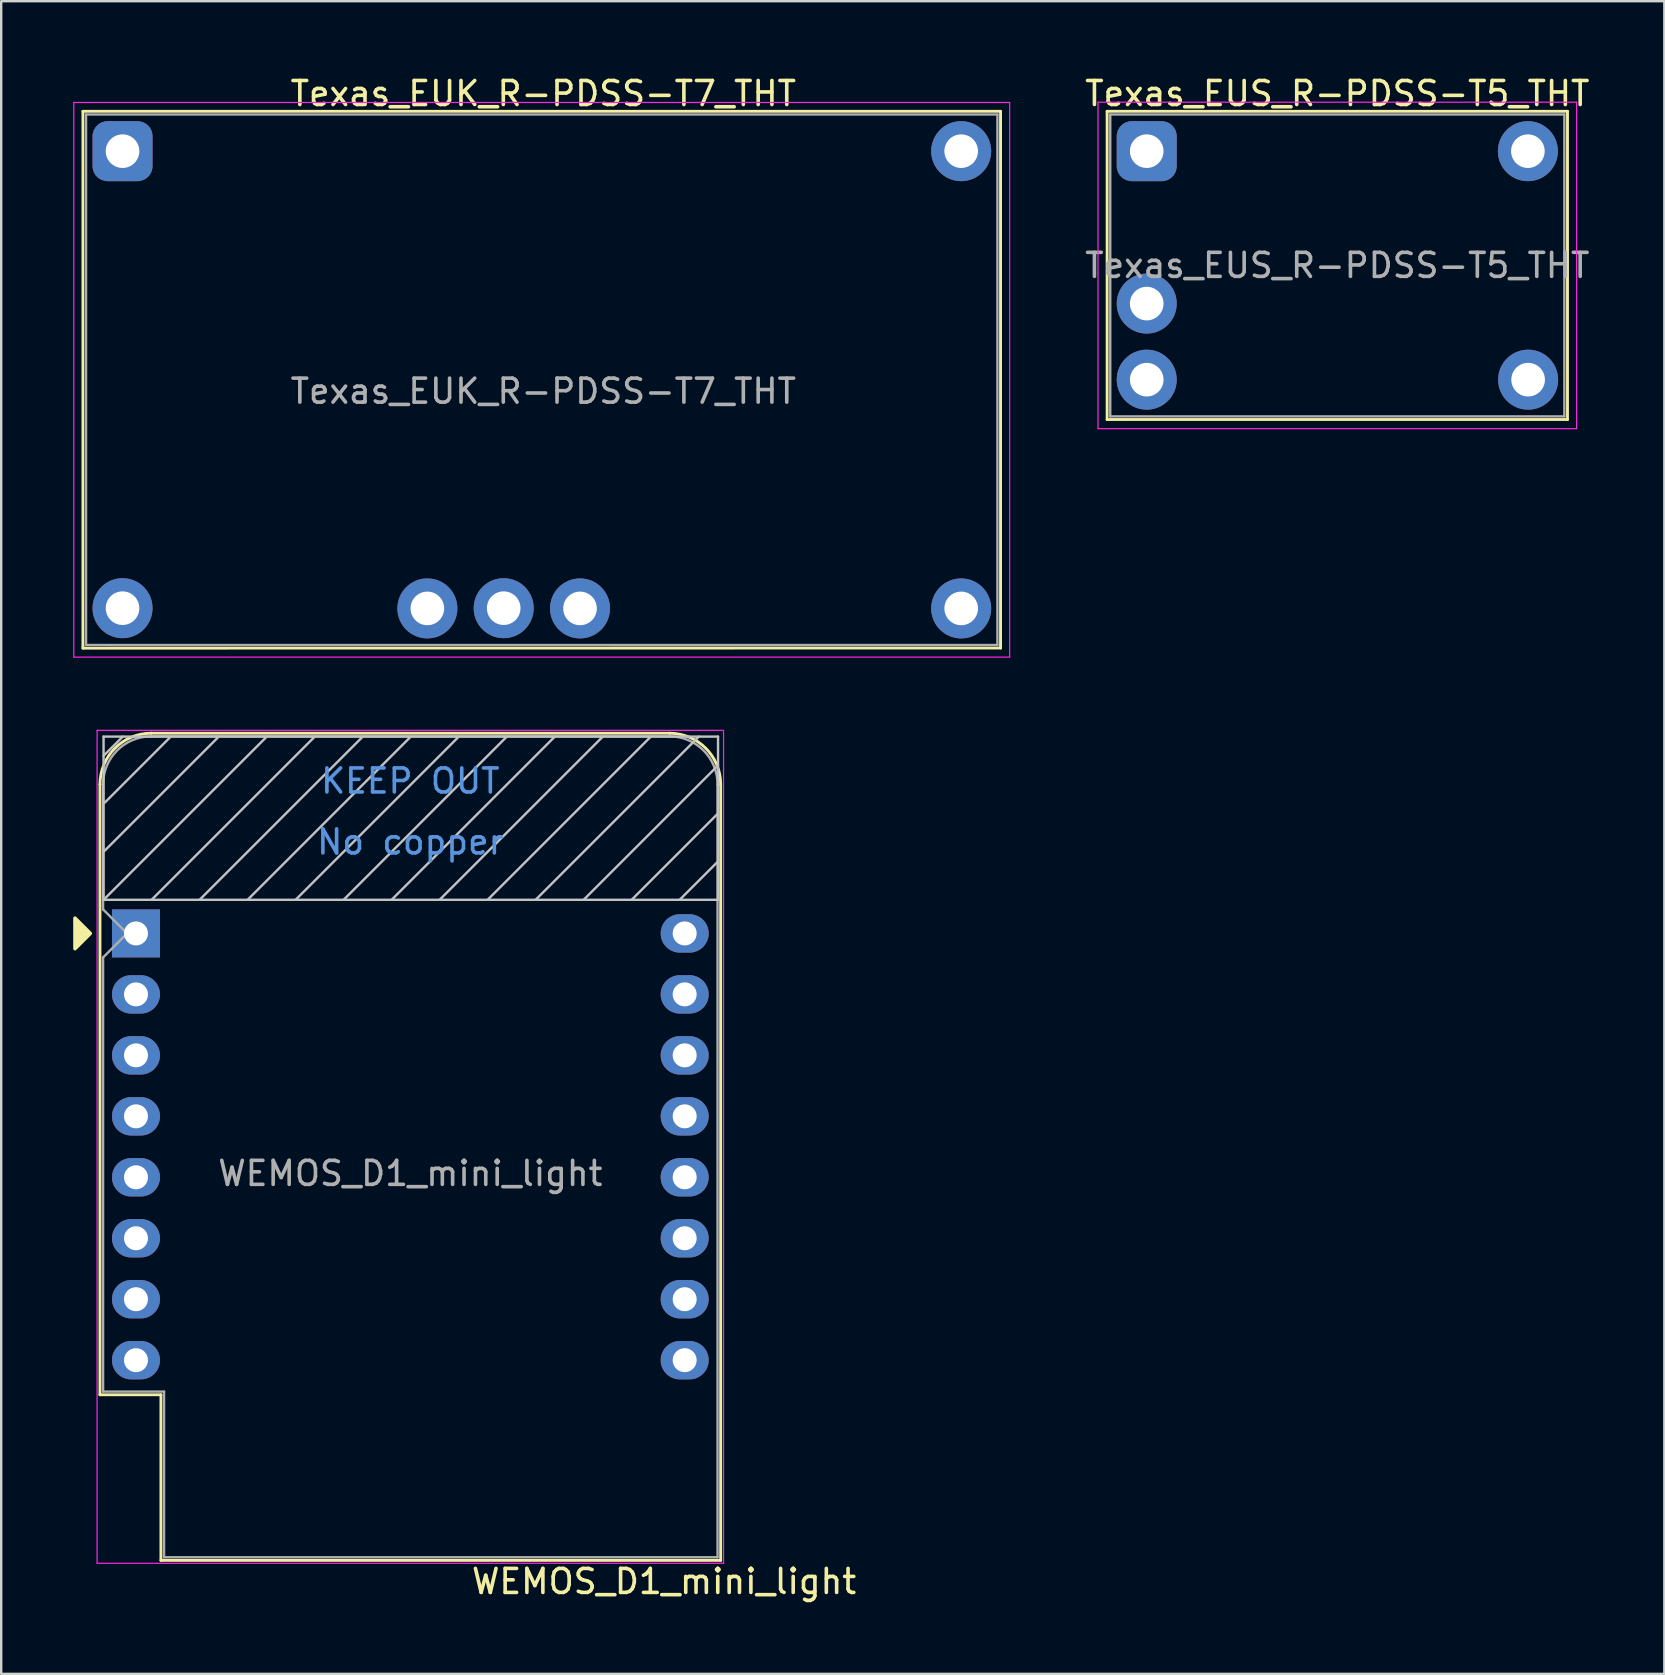
<source format=kicad_pcb>
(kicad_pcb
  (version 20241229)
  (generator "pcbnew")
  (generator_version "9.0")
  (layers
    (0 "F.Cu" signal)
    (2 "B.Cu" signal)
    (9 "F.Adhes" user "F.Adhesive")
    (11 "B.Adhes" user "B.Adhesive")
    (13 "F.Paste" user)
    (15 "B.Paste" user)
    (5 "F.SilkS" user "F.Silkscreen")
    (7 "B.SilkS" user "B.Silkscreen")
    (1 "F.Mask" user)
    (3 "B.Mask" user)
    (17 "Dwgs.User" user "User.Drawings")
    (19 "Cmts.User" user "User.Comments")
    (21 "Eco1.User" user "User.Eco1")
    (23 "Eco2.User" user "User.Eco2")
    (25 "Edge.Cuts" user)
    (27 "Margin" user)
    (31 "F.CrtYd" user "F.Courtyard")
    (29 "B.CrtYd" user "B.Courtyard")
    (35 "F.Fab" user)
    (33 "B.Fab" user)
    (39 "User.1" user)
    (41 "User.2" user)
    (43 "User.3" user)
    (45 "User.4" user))
  (footprint "Texas_EUS_R-PDSS-T5_THT"
    (layer "F.Cu")
    (at 44.725 3.248)
    (property "Reference" "Texas_EUS_R-PDSS-T5_THT" (at 7.94 -2.4 0) (layer "F.SilkS") (effects (font (size 1 1) (thickness 0.15))))
    (attr through_hole)
    (fp_line (start -1.65 -1.66) (end -1.65 11.18) (stroke (width 0.12) (type solid)) (layer "F.SilkS"))
    (fp_line (start -1.65 -1.66) (end 17.53 -1.66) (stroke (width 0.12) (type solid)) (layer "F.SilkS"))
    (fp_line (start -1.65 11.18) (end 17.53 11.18) (stroke (width 0.12) (type solid)) (layer "F.SilkS"))
    (fp_line (start 17.53 -1.66) (end 17.53 11.18) (stroke (width 0.12) (type solid)) (layer "F.SilkS"))
    (fp_line (start -2.03 11.56) (end -2.03 -2.04) (stroke (width 0.05) (type solid)) (layer "F.CrtYd"))
    (fp_line (start -2.03 11.56) (end 17.91 11.56) (stroke (width 0.05) (type solid)) (layer "F.CrtYd"))
    (fp_line (start 17.91 -2.04) (end -2.03 -2.04) (stroke (width 0.05) (type solid)) (layer "F.CrtYd"))
    (fp_line (start 17.91 -2.04) (end 17.91 11.56) (stroke (width 0.05) (type solid)) (layer "F.CrtYd"))
    (fp_line (start -1.52 11.05) (end -1.52 -1.53) (stroke (width 0.1) (type solid)) (layer "F.Fab"))
    (fp_line (start -1.52 11.05) (end 17.4 11.05) (stroke (width 0.1) (type solid)) (layer "F.Fab"))
    (fp_line (start 17.4 -1.53) (end -1.52 -1.53) (stroke (width 0.1) (type solid)) (layer "F.Fab"))
    (fp_line (start 17.4 -1.53) (end 17.4 11.05) (stroke (width 0.1) (type solid)) (layer "F.Fab"))
    (fp_text user "${REFERENCE}" (at 7.94 4.76 0) (layer "F.Fab") (effects (font (size 1 1) (thickness 0.15))))
    (pad "1" thru_hole roundrect (at 0 0) (size 2.5 2.5) (drill 1.4) (layers "*.Cu" "*.Mask") (roundrect_rratio 0.25))
    (pad "2" thru_hole circle (at 0 6.35) (size 2.5 2.5) (drill 1.4) (layers "*.Cu" "*.Mask"))
    (pad "3" thru_hole circle (at 0 9.52) (size 2.5 2.5) (drill 1.4) (layers "*.Cu" "*.Mask"))
    (pad "4" thru_hole circle (at 15.89 9.52) (size 2.5 2.5) (drill 1.4) (layers "*.Cu" "*.Mask"))
    (pad "5" thru_hole circle (at 15.88 0) (size 2.5 2.5) (drill 1.4) (layers "*.Cu" "*.Mask")))
  (footprint "Texas_EUK_R-PDSS-T7_THT"
    (layer "F.Cu")
    (at 2.055 3.248)
    (property "Reference" "Texas_EUK_R-PDSS-T7_THT" (at 17.53 -2.4 0) (layer "F.SilkS") (effects (font (size 1 1) (thickness 0.15))))
    (attr through_hole)
    (fp_line (start -1.65 -1.66) (end -1.65 20.705) (stroke (width 0.12) (type solid)) (layer "F.SilkS"))
    (fp_line (start -1.65 -1.66) (end 36.58 -1.66) (stroke (width 0.12) (type solid)) (layer "F.SilkS"))
    (fp_line (start -1.65 20.705) (end 36.58 20.7) (stroke (width 0.12) (type solid)) (layer "F.SilkS"))
    (fp_line (start 36.58 -1.66) (end 36.58 20.7) (stroke (width 0.12) (type solid)) (layer "F.SilkS"))
    (fp_line (start -2.03 21.08) (end -2.03 -2.03) (stroke (width 0.05) (type solid)) (layer "F.CrtYd"))
    (fp_line (start -2.03 21.08) (end 36.96 21.08) (stroke (width 0.05) (type solid)) (layer "F.CrtYd"))
    (fp_line (start 36.96 -2.03) (end -2.03 -2.03) (stroke (width 0.05) (type solid)) (layer "F.CrtYd"))
    (fp_line (start 36.96 -2.03) (end 36.96 21.08) (stroke (width 0.05) (type solid)) (layer "F.CrtYd"))
    (fp_line (start -1.52 20.575) (end -1.52 -1.53) (stroke (width 0.1) (type solid)) (layer "F.Fab"))
    (fp_line (start 36.45 -1.53) (end -1.52 -1.53) (stroke (width 0.1) (type solid)) (layer "F.Fab"))
    (fp_line (start 36.45 20.575) (end -1.52 20.575) (stroke (width 0.1) (type solid)) (layer "F.Fab"))
    (fp_line (start 36.45 20.575) (end 36.45 -1.53) (stroke (width 0.1) (type solid)) (layer "F.Fab"))
    (fp_text user "${REFERENCE}" (at 17.53 10 0) (layer "F.Fab") (effects (font (size 1 1) (thickness 0.15))))
    (pad "1" thru_hole roundrect (at 0 0) (size 2.5 2.5) (drill 1.4) (layers "*.Cu" "*.Mask") (roundrect_rratio 0.25))
    (pad "2" thru_hole circle (at 0 19.04) (size 2.5 2.5) (drill 1.4) (layers "*.Cu" "*.Mask"))
    (pad "3" thru_hole circle (at 12.7 19.05) (size 2.5 2.5) (drill 1.4) (layers "*.Cu" "*.Mask"))
    (pad "4" thru_hole circle (at 15.88 19.04) (size 2.5 2.5) (drill 1.4) (layers "*.Cu" "*.Mask"))
    (pad "5" thru_hole circle (at 19.06 19.05) (size 2.5 2.5) (drill 1.4) (layers "*.Cu" "*.Mask"))
    (pad "6" thru_hole circle (at 34.94 19.05) (size 2.5 2.5) (drill 1.4) (layers "*.Cu" "*.Mask"))
    (pad "7" thru_hole circle (at 34.94 0) (size 2.5 2.5) (drill 1.4) (layers "*.Cu" "*.Mask")))
  (footprint "WEMOS_D1_mini_light"
    (layer "F.Cu")
    (at 2.615 35.838)
    (property "Reference" "WEMOS_D1_mini_light" (at 22 27 0) (layer "F.SilkS") (effects (font (size 1 1) (thickness 0.15))))
    (attr through_hole)
    (fp_line (start -1.5 19.22) (end -1.5 -6.21) (stroke (width 0.12) (type solid)) (layer "F.SilkS"))
    (fp_line (start -1.5 19.22) (end 1.04 19.22) (stroke (width 0.12) (type solid)) (layer "F.SilkS"))
    (fp_line (start 1.04 19.22) (end 1.04 26.12) (stroke (width 0.12) (type solid)) (layer "F.SilkS"))
    (fp_line (start 1.04 26.12) (end 24.36 26.12) (stroke (width 0.12) (type solid)) (layer "F.SilkS"))
    (fp_line (start 22.24 -8.34) (end 0.63 -8.34) (stroke (width 0.12) (type solid)) (layer "F.SilkS"))
    (fp_line (start 24.36 26.12) (end 24.36 -6.21) (stroke (width 0.12) (type solid)) (layer "F.SilkS"))
    (fp_arc (start -1.5 -6.21) (mid -0.876137 -7.716137) (end 0.63 -8.34) (stroke (width 0.12) (type solid)) (layer "F.SilkS"))
    (fp_arc (start 22.23 -8.34) (mid 23.736137 -7.716137) (end 24.36 -6.21) (stroke (width 0.12) (type solid)) (layer "F.SilkS"))
    (fp_poly (pts (xy -2.54 -0.635) (xy -2.54 0.635) (xy -1.905 0)) (stroke (width 0.15) (type solid)) (fill yes) (layer "F.SilkS"))
    (fp_line (start -1.35 -8.2) (end -1.35 -1.4) (stroke (width 0.1) (type solid)) (layer "Dwgs.User"))
    (fp_line (start -1.35 -7.4) (end -0.55 -8.2) (stroke (width 0.1) (type solid)) (layer "Dwgs.User"))
    (fp_line (start -1.35 -3.4) (end 3.45 -8.2) (stroke (width 0.1) (type solid)) (layer "Dwgs.User"))
    (fp_line (start -1.35 -1.4) (end 5.45 -8.2) (stroke (width 0.1) (type solid)) (layer "Dwgs.User"))
    (fp_line (start -1.35 -1.4) (end 24.25 -1.4) (stroke (width 0.1) (type solid)) (layer "Dwgs.User"))
    (fp_line (start -1.3 -5.45) (end 1.45 -8.2) (stroke (width 0.1) (type solid)) (layer "Dwgs.User"))
    (fp_line (start 0.65 -1.4) (end 7.45 -8.2) (stroke (width 0.1) (type solid)) (layer "Dwgs.User"))
    (fp_line (start 2.65 -1.4) (end 9.45 -8.2) (stroke (width 0.1) (type solid)) (layer "Dwgs.User"))
    (fp_line (start 4.65 -1.4) (end 11.45 -8.2) (stroke (width 0.1) (type solid)) (layer "Dwgs.User"))
    (fp_line (start 6.65 -1.4) (end 13.45 -8.2) (stroke (width 0.1) (type solid)) (layer "Dwgs.User"))
    (fp_line (start 8.65 -1.4) (end 15.45 -8.2) (stroke (width 0.1) (type solid)) (layer "Dwgs.User"))
    (fp_line (start 10.65 -1.4) (end 17.45 -8.2) (stroke (width 0.1) (type solid)) (layer "Dwgs.User"))
    (fp_line (start 12.65 -1.4) (end 19.45 -8.2) (stroke (width 0.1) (type solid)) (layer "Dwgs.User"))
    (fp_line (start 14.65 -1.4) (end 21.45 -8.2) (stroke (width 0.1) (type solid)) (layer "Dwgs.User"))
    (fp_line (start 16.65 -1.4) (end 23.45 -8.2) (stroke (width 0.1) (type solid)) (layer "Dwgs.User"))
    (fp_line (start 18.65 -1.4) (end 24.25 -7) (stroke (width 0.1) (type solid)) (layer "Dwgs.User"))
    (fp_line (start 20.65 -1.4) (end 24.25 -5) (stroke (width 0.1) (type solid)) (layer "Dwgs.User"))
    (fp_line (start 22.65 -1.4) (end 24.25 -3) (stroke (width 0.1) (type solid)) (layer "Dwgs.User"))
    (fp_line (start 24.25 -8.2) (end -1.35 -8.2) (stroke (width 0.1) (type solid)) (layer "Dwgs.User"))
    (fp_line (start 24.25 -1.4) (end 24.25 -8.2) (stroke (width 0.1) (type solid)) (layer "Dwgs.User"))
    (fp_line (start -1.62 -8.46) (end 24.48 -8.46) (stroke (width 0.05) (type solid)) (layer "F.CrtYd"))
    (fp_line (start -1.62 26.24) (end -1.62 -8.46) (stroke (width 0.05) (type solid)) (layer "F.CrtYd"))
    (fp_line (start 24.48 -8.41) (end 24.48 26.24) (stroke (width 0.05) (type solid)) (layer "F.CrtYd"))
    (fp_line (start 24.48 26.24) (end -1.62 26.24) (stroke (width 0.05) (type solid)) (layer "F.CrtYd"))
    (fp_line (start -1.37 -6.21) (end -1.37 -1) (stroke (width 0.1) (type solid)) (layer "F.Fab"))
    (fp_line (start -1.37 1) (end -1.37 19.09) (stroke (width 0.1) (type solid)) (layer "F.Fab"))
    (fp_line (start -1.37 1) (end -0.37 0) (stroke (width 0.1) (type solid)) (layer "F.Fab"))
    (fp_line (start -1.37 19.09) (end 1.17 19.09) (stroke (width 0.1) (type solid)) (layer "F.Fab"))
    (fp_line (start -0.37 0) (end -1.37 -1) (stroke (width 0.1) (type solid)) (layer "F.Fab"))
    (fp_line (start 1.17 19.09) (end 1.17 25.99) (stroke (width 0.1) (type solid)) (layer "F.Fab"))
    (fp_line (start 1.17 25.99) (end 24.23 25.99) (stroke (width 0.1) (type solid)) (layer "F.Fab"))
    (fp_line (start 22.23 -8.21) (end 0.63 -8.21) (stroke (width 0.1) (type solid)) (layer "F.Fab"))
    (fp_line (start 24.23 25.99) (end 24.23 -6.21) (stroke (width 0.1) (type solid)) (layer "F.Fab"))
    (fp_arc (start -1.37 -6.21) (mid -0.784214 -7.624214) (end 0.63 -8.21) (stroke (width 0.1) (type solid)) (layer "F.Fab"))
    (fp_arc (start 22.25 -8.21) (mid 23.658356 -7.610071) (end 24.23 -6.19) (stroke (width 0.1) (type solid)) (layer "F.Fab"))
    (fp_text user "No copper" (at 11.43 -3.81 0) (layer "Cmts.User") (effects (font (size 1 1) (thickness 0.15))))
    (fp_text user "KEEP OUT" (at 11.43 -6.35 0) (layer "Cmts.User") (effects (font (size 1 1) (thickness 0.15))))
    (fp_text user "${REFERENCE}" (at 11.43 10 0) (layer "F.Fab") (effects (font (size 1 1) (thickness 0.15))))
    (pad "1" thru_hole rect (at 0 0) (size 2 2) (drill 1) (layers "*.Cu" "*.Mask"))
    (pad "2" thru_hole oval (at 0 2.54) (size 2 1.6) (drill 1) (layers "*.Cu" "*.Mask"))
    (pad "3" thru_hole oval (at 0 5.08) (size 2 1.6) (drill 1) (layers "*.Cu" "*.Mask"))
    (pad "4" thru_hole oval (at 0 7.62) (size 2 1.6) (drill 1) (layers "*.Cu" "*.Mask"))
    (pad "5" thru_hole oval (at 0 10.16) (size 2 1.6) (drill 1) (layers "*.Cu" "*.Mask"))
    (pad "6" thru_hole oval (at 0 12.7) (size 2 1.6) (drill 1) (layers "*.Cu" "*.Mask"))
    (pad "7" thru_hole oval (at 0 15.24) (size 2 1.6) (drill 1) (layers "*.Cu" "*.Mask"))
    (pad "8" thru_hole oval (at 0 17.78) (size 2 1.6) (drill 1) (layers "*.Cu" "*.Mask"))
    (pad "9" thru_hole oval (at 22.86 17.78) (size 2 1.6) (drill 1) (layers "*.Cu" "*.Mask"))
    (pad "10" thru_hole oval (at 22.86 15.24) (size 2 1.6) (drill 1) (layers "*.Cu" "*.Mask"))
    (pad "11" thru_hole oval (at 22.86 12.7) (size 2 1.6) (drill 1) (layers "*.Cu" "*.Mask"))
    (pad "12" thru_hole oval (at 22.86 10.16) (size 2 1.6) (drill 1) (layers "*.Cu" "*.Mask"))
    (pad "13" thru_hole oval (at 22.86 7.62) (size 2 1.6) (drill 1) (layers "*.Cu" "*.Mask"))
    (pad "14" thru_hole oval (at 22.86 5.08) (size 2 1.6) (drill 1) (layers "*.Cu" "*.Mask"))
    (pad "15" thru_hole oval (at 22.86 2.54) (size 2 1.6) (drill 1) (layers "*.Cu" "*.Mask"))
    (pad "16" thru_hole oval (at 22.86 0) (size 2 1.6) (drill 1) (layers "*.Cu" "*.Mask")))
  (gr_rect
    (start -3 -3)
    (end 66.29 66.686)
    (stroke (width 0.1) (type default))
    (fill no)
    (layer "Edge.Cuts")))
</source>
